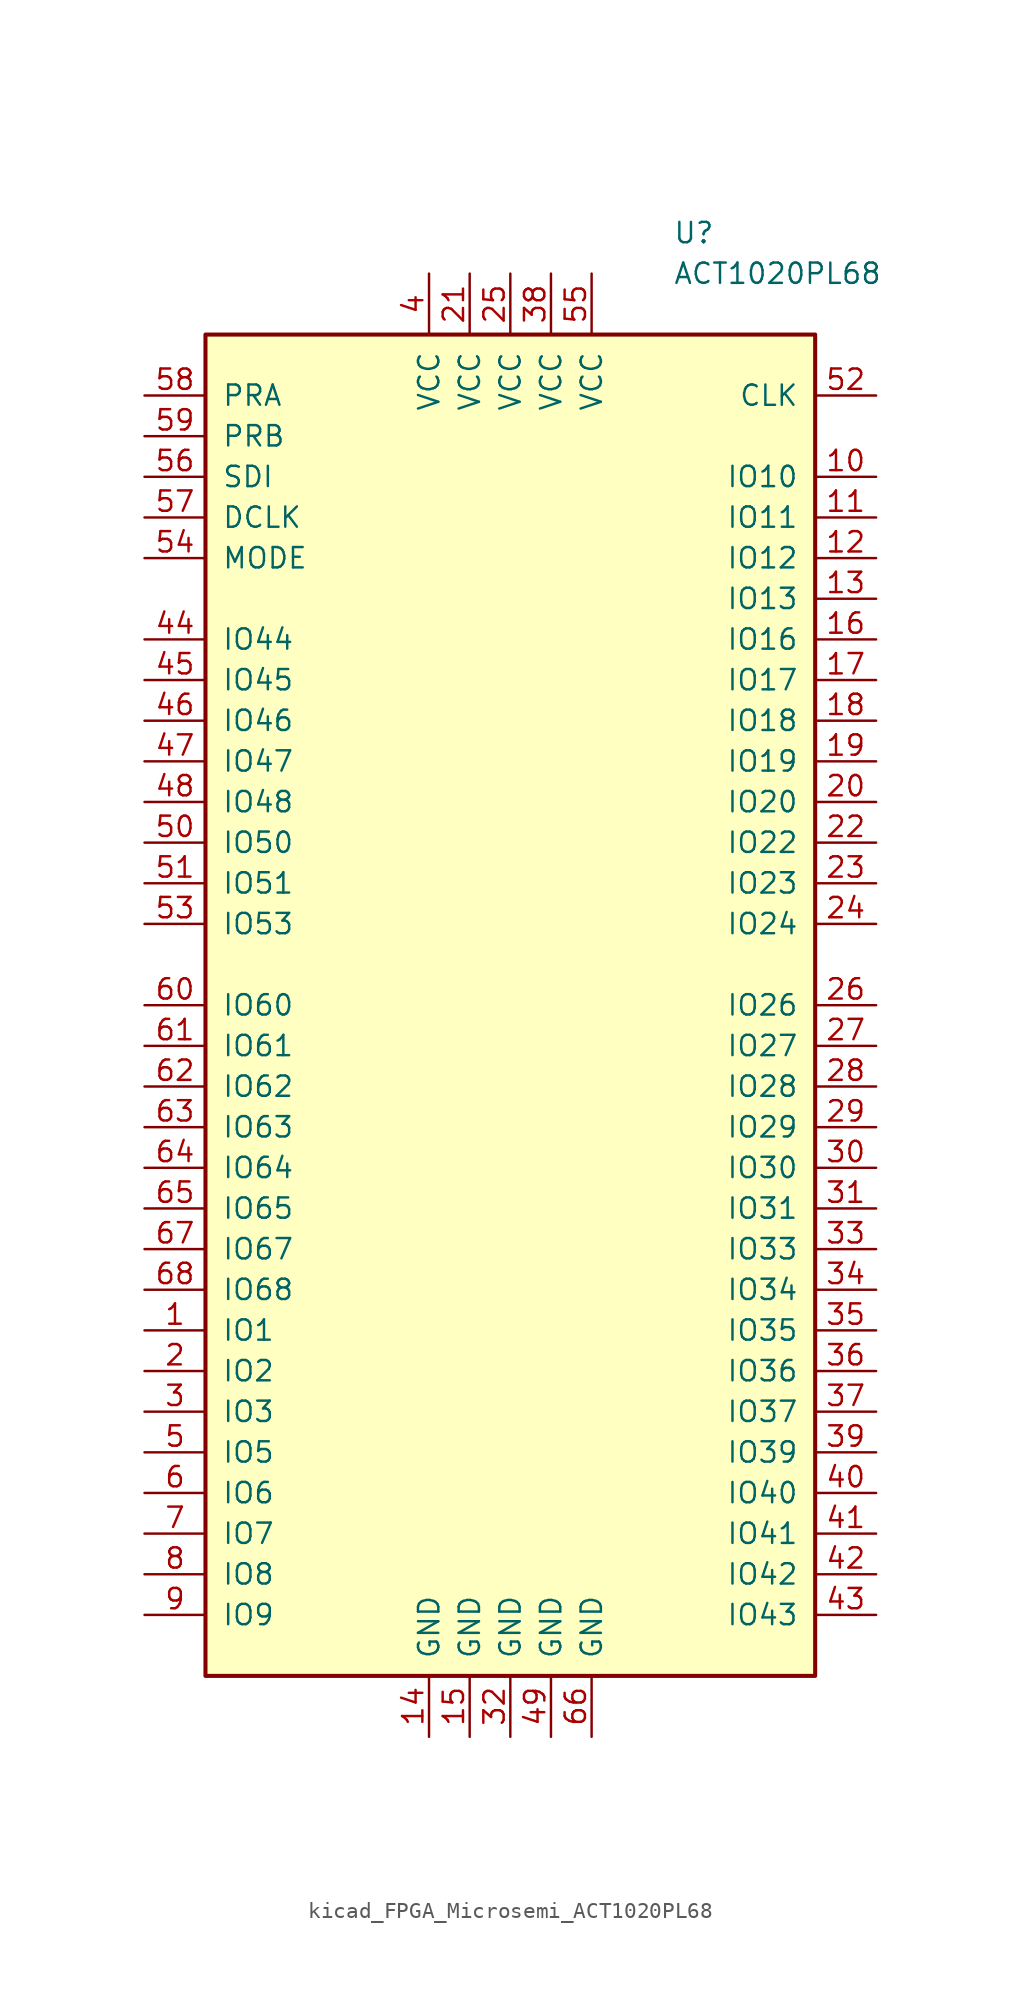
<source format=kicad_sym>
(kicad_symbol_lib
  (version 20220914)
  (generator kicad_symbol_editor)
  (symbol "kicad_FPGA_Microsemi_ACT1020PL68"
    (pin_names
      (offset 1.016))
    (property "Reference" "U"
      (at 10.16 48.26 0)
      (effects (font (size 1.27 1.27)) (justify left)))
    (property "Value" "ACT1020PL68"
      (at 10.16 45.72 0)
      (effects (font (size 1.27 1.27)) (justify left)))
    (symbol "kicad_FPGA_Microsemi_ACT1020PL68_0_1"
      (rectangle (start -19.05 -41.91) (end 19.05 41.91) (stroke (width 0.254) (type default)) (fill (type background))))
    (symbol "kicad_FPGA_Microsemi_ACT1020PL68_1_1"
      (pin input line (at -22.86 -20.32 0) (length 3.81) (name "IO1" (effects (font (size 1.27 1.27)))) (number "1" (effects (font (size 1.27 1.27)))))
      (pin input line (at 22.86 33.02 180) (length 3.81) (name "IO10" (effects (font (size 1.27 1.27)))) (number "10" (effects (font (size 1.27 1.27)))))
      (pin input line (at 22.86 30.48 180) (length 3.81) (name "IO11" (effects (font (size 1.27 1.27)))) (number "11" (effects (font (size 1.27 1.27)))))
      (pin input line (at 22.86 27.94 180) (length 3.81) (name "IO12" (effects (font (size 1.27 1.27)))) (number "12" (effects (font (size 1.27 1.27)))))
      (pin input line (at 22.86 25.4 180) (length 3.81) (name "IO13" (effects (font (size 1.27 1.27)))) (number "13" (effects (font (size 1.27 1.27)))))
      (pin power_in line (at -5.08 -45.72 90) (length 3.81) (name "GND" (effects (font (size 1.27 1.27)))) (number "14" (effects (font (size 1.27 1.27)))))
      (pin power_in line (at -2.54 -45.72 90) (length 3.81) (name "GND" (effects (font (size 1.27 1.27)))) (number "15" (effects (font (size 1.27 1.27)))))
      (pin input line (at 22.86 22.86 180) (length 3.81) (name "IO16" (effects (font (size 1.27 1.27)))) (number "16" (effects (font (size 1.27 1.27)))))
      (pin input line (at 22.86 20.32 180) (length 3.81) (name "IO17" (effects (font (size 1.27 1.27)))) (number "17" (effects (font (size 1.27 1.27)))))
      (pin input line (at 22.86 17.78 180) (length 3.81) (name "IO18" (effects (font (size 1.27 1.27)))) (number "18" (effects (font (size 1.27 1.27)))))
      (pin input line (at 22.86 15.24 180) (length 3.81) (name "IO19" (effects (font (size 1.27 1.27)))) (number "19" (effects (font (size 1.27 1.27)))))
      (pin input line (at -22.86 -22.86 0) (length 3.81) (name "IO2" (effects (font (size 1.27 1.27)))) (number "2" (effects (font (size 1.27 1.27)))))
      (pin input line (at 22.86 12.7 180) (length 3.81) (name "IO20" (effects (font (size 1.27 1.27)))) (number "20" (effects (font (size 1.27 1.27)))))
      (pin power_in line (at -2.54 45.72 270) (length 3.81) (name "VCC" (effects (font (size 1.27 1.27)))) (number "21" (effects (font (size 1.27 1.27)))))
      (pin input line (at 22.86 10.16 180) (length 3.81) (name "IO22" (effects (font (size 1.27 1.27)))) (number "22" (effects (font (size 1.27 1.27)))))
      (pin input line (at 22.86 7.62 180) (length 3.81) (name "IO23" (effects (font (size 1.27 1.27)))) (number "23" (effects (font (size 1.27 1.27)))))
      (pin input line (at 22.86 5.08 180) (length 3.81) (name "IO24" (effects (font (size 1.27 1.27)))) (number "24" (effects (font (size 1.27 1.27)))))
      (pin power_in line (at 0 45.72 270) (length 3.81) (name "VCC" (effects (font (size 1.27 1.27)))) (number "25" (effects (font (size 1.27 1.27)))))
      (pin input line (at 22.86 0 180) (length 3.81) (name "IO26" (effects (font (size 1.27 1.27)))) (number "26" (effects (font (size 1.27 1.27)))))
      (pin input line (at 22.86 -2.54 180) (length 3.81) (name "IO27" (effects (font (size 1.27 1.27)))) (number "27" (effects (font (size 1.27 1.27)))))
      (pin input line (at 22.86 -5.08 180) (length 3.81) (name "IO28" (effects (font (size 1.27 1.27)))) (number "28" (effects (font (size 1.27 1.27)))))
      (pin input line (at 22.86 -7.62 180) (length 3.81) (name "IO29" (effects (font (size 1.27 1.27)))) (number "29" (effects (font (size 1.27 1.27)))))
      (pin input line (at -22.86 -25.4 0) (length 3.81) (name "IO3" (effects (font (size 1.27 1.27)))) (number "3" (effects (font (size 1.27 1.27)))))
      (pin input line (at 22.86 -10.16 180) (length 3.81) (name "IO30" (effects (font (size 1.27 1.27)))) (number "30" (effects (font (size 1.27 1.27)))))
      (pin input line (at 22.86 -12.7 180) (length 3.81) (name "IO31" (effects (font (size 1.27 1.27)))) (number "31" (effects (font (size 1.27 1.27)))))
      (pin power_in line (at 0 -45.72 90) (length 3.81) (name "GND" (effects (font (size 1.27 1.27)))) (number "32" (effects (font (size 1.27 1.27)))))
      (pin input line (at 22.86 -15.24 180) (length 3.81) (name "IO33" (effects (font (size 1.27 1.27)))) (number "33" (effects (font (size 1.27 1.27)))))
      (pin input line (at 22.86 -17.78 180) (length 3.81) (name "IO34" (effects (font (size 1.27 1.27)))) (number "34" (effects (font (size 1.27 1.27)))))
      (pin input line (at 22.86 -20.32 180) (length 3.81) (name "IO35" (effects (font (size 1.27 1.27)))) (number "35" (effects (font (size 1.27 1.27)))))
      (pin input line (at 22.86 -22.86 180) (length 3.81) (name "IO36" (effects (font (size 1.27 1.27)))) (number "36" (effects (font (size 1.27 1.27)))))
      (pin input line (at 22.86 -25.4 180) (length 3.81) (name "IO37" (effects (font (size 1.27 1.27)))) (number "37" (effects (font (size 1.27 1.27)))))
      (pin power_in line (at 2.54 45.72 270) (length 3.81) (name "VCC" (effects (font (size 1.27 1.27)))) (number "38" (effects (font (size 1.27 1.27)))))
      (pin input line (at 22.86 -27.94 180) (length 3.81) (name "IO39" (effects (font (size 1.27 1.27)))) (number "39" (effects (font (size 1.27 1.27)))))
      (pin power_in line (at -5.08 45.72 270) (length 3.81) (name "VCC" (effects (font (size 1.27 1.27)))) (number "4" (effects (font (size 1.27 1.27)))))
      (pin input line (at 22.86 -30.48 180) (length 3.81) (name "IO40" (effects (font (size 1.27 1.27)))) (number "40" (effects (font (size 1.27 1.27)))))
      (pin input line (at 22.86 -33.02 180) (length 3.81) (name "IO41" (effects (font (size 1.27 1.27)))) (number "41" (effects (font (size 1.27 1.27)))))
      (pin input line (at 22.86 -35.56 180) (length 3.81) (name "IO42" (effects (font (size 1.27 1.27)))) (number "42" (effects (font (size 1.27 1.27)))))
      (pin input line (at 22.86 -38.1 180) (length 3.81) (name "IO43" (effects (font (size 1.27 1.27)))) (number "43" (effects (font (size 1.27 1.27)))))
      (pin input line (at -22.86 22.86 0) (length 3.81) (name "IO44" (effects (font (size 1.27 1.27)))) (number "44" (effects (font (size 1.27 1.27)))))
      (pin input line (at -22.86 20.32 0) (length 3.81) (name "IO45" (effects (font (size 1.27 1.27)))) (number "45" (effects (font (size 1.27 1.27)))))
      (pin input line (at -22.86 17.78 0) (length 3.81) (name "IO46" (effects (font (size 1.27 1.27)))) (number "46" (effects (font (size 1.27 1.27)))))
      (pin input line (at -22.86 15.24 0) (length 3.81) (name "IO47" (effects (font (size 1.27 1.27)))) (number "47" (effects (font (size 1.27 1.27)))))
      (pin input line (at -22.86 12.7 0) (length 3.81) (name "IO48" (effects (font (size 1.27 1.27)))) (number "48" (effects (font (size 1.27 1.27)))))
      (pin power_in line (at 2.54 -45.72 90) (length 3.81) (name "GND" (effects (font (size 1.27 1.27)))) (number "49" (effects (font (size 1.27 1.27)))))
      (pin input line (at -22.86 -27.94 0) (length 3.81) (name "IO5" (effects (font (size 1.27 1.27)))) (number "5" (effects (font (size 1.27 1.27)))))
      (pin input line (at -22.86 10.16 0) (length 3.81) (name "IO50" (effects (font (size 1.27 1.27)))) (number "50" (effects (font (size 1.27 1.27)))))
      (pin input line (at -22.86 7.62 0) (length 3.81) (name "IO51" (effects (font (size 1.27 1.27)))) (number "51" (effects (font (size 1.27 1.27)))))
      (pin input line (at 22.86 38.1 180) (length 3.81) (name "CLK" (effects (font (size 1.27 1.27)))) (number "52" (effects (font (size 1.27 1.27)))))
      (pin input line (at -22.86 5.08 0) (length 3.81) (name "IO53" (effects (font (size 1.27 1.27)))) (number "53" (effects (font (size 1.27 1.27)))))
      (pin input line (at -22.86 27.94 0) (length 3.81) (name "MODE" (effects (font (size 1.27 1.27)))) (number "54" (effects (font (size 1.27 1.27)))))
      (pin power_in line (at 5.08 45.72 270) (length 3.81) (name "VCC" (effects (font (size 1.27 1.27)))) (number "55" (effects (font (size 1.27 1.27)))))
      (pin input line (at -22.86 33.02 0) (length 3.81) (name "SDI" (effects (font (size 1.27 1.27)))) (number "56" (effects (font (size 1.27 1.27)))))
      (pin input line (at -22.86 30.48 0) (length 3.81) (name "DCLK" (effects (font (size 1.27 1.27)))) (number "57" (effects (font (size 1.27 1.27)))))
      (pin input line (at -22.86 38.1 0) (length 3.81) (name "PRA" (effects (font (size 1.27 1.27)))) (number "58" (effects (font (size 1.27 1.27)))))
      (pin input line (at -22.86 35.56 0) (length 3.81) (name "PRB" (effects (font (size 1.27 1.27)))) (number "59" (effects (font (size 1.27 1.27)))))
      (pin input line (at -22.86 -30.48 0) (length 3.81) (name "IO6" (effects (font (size 1.27 1.27)))) (number "6" (effects (font (size 1.27 1.27)))))
      (pin input line (at -22.86 0 0) (length 3.81) (name "IO60" (effects (font (size 1.27 1.27)))) (number "60" (effects (font (size 1.27 1.27)))))
      (pin input line (at -22.86 -2.54 0) (length 3.81) (name "IO61" (effects (font (size 1.27 1.27)))) (number "61" (effects (font (size 1.27 1.27)))))
      (pin input line (at -22.86 -5.08 0) (length 3.81) (name "IO62" (effects (font (size 1.27 1.27)))) (number "62" (effects (font (size 1.27 1.27)))))
      (pin input line (at -22.86 -7.62 0) (length 3.81) (name "IO63" (effects (font (size 1.27 1.27)))) (number "63" (effects (font (size 1.27 1.27)))))
      (pin input line (at -22.86 -10.16 0) (length 3.81) (name "IO64" (effects (font (size 1.27 1.27)))) (number "64" (effects (font (size 1.27 1.27)))))
      (pin input line (at -22.86 -12.7 0) (length 3.81) (name "IO65" (effects (font (size 1.27 1.27)))) (number "65" (effects (font (size 1.27 1.27)))))
      (pin power_in line (at 5.08 -45.72 90) (length 3.81) (name "GND" (effects (font (size 1.27 1.27)))) (number "66" (effects (font (size 1.27 1.27)))))
      (pin input line (at -22.86 -15.24 0) (length 3.81) (name "IO67" (effects (font (size 1.27 1.27)))) (number "67" (effects (font (size 1.27 1.27)))))
      (pin input line (at -22.86 -17.78 0) (length 3.81) (name "IO68" (effects (font (size 1.27 1.27)))) (number "68" (effects (font (size 1.27 1.27)))))
      (pin input line (at -22.86 -33.02 0) (length 3.81) (name "IO7" (effects (font (size 1.27 1.27)))) (number "7" (effects (font (size 1.27 1.27)))))
      (pin input line (at -22.86 -35.56 0) (length 3.81) (name "IO8" (effects (font (size 1.27 1.27)))) (number "8" (effects (font (size 1.27 1.27)))))
      (pin input line (at -22.86 -38.1 0) (length 3.81) (name "IO9" (effects (font (size 1.27 1.27)))) (number "9" (effects (font (size 1.27 1.27))))))))
</source>
